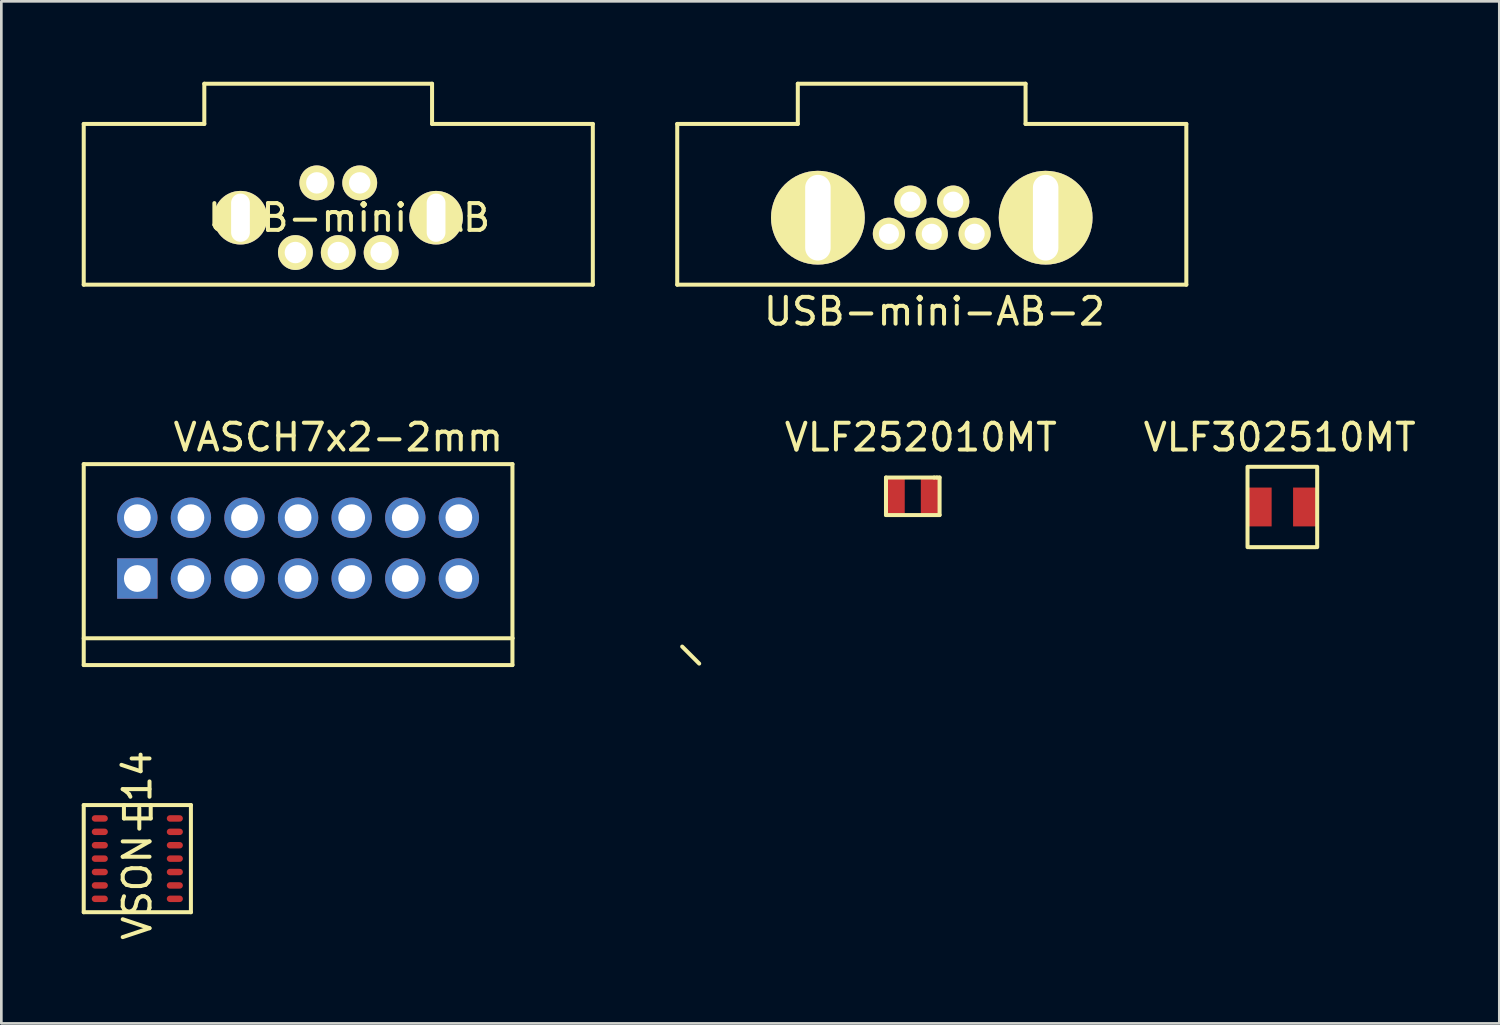
<source format=kicad_pcb>
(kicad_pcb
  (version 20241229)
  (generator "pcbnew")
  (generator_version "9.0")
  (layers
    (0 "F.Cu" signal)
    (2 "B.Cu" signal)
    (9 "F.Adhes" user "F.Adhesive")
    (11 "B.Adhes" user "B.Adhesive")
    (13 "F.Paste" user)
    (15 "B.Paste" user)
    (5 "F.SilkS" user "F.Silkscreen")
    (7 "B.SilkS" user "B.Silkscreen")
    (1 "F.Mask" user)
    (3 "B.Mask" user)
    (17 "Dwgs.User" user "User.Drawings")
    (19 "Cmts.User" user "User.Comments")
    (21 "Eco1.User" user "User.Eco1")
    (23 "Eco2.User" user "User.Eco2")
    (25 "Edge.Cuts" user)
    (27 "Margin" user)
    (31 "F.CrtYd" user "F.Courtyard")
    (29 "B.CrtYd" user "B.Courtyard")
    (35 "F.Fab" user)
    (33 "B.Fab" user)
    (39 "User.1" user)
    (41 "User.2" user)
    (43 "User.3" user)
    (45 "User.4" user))
  (footprint "USB-mini-AB-2"
    (layer "F.Cu")
    (at 31.725 5.075)
    (property "Reference" "USB-mini-AB-2" (at 0.1 3.5 0) (layer "F.SilkS") (effects (font (size 1 1) (thickness 0.15))))
    (attr through_hole)
    (fp_line (start -9.5 -3.5) (end -9.5 2.5) (stroke (width 0.15) (type solid)) (layer "F.SilkS"))
    (fp_line (start -9.5 2.5) (end 9.5 2.5) (stroke (width 0.15) (type solid)) (layer "F.SilkS"))
    (fp_line (start -5 -5) (end -5 -3.5) (stroke (width 0.15) (type solid)) (layer "F.SilkS"))
    (fp_line (start -5 -3.5) (end -9.5 -3.5) (stroke (width 0.15) (type solid)) (layer "F.SilkS"))
    (fp_line (start 3.5 -5) (end -5 -5) (stroke (width 0.15) (type solid)) (layer "F.SilkS"))
    (fp_line (start 3.5 -3.5) (end 3.5 -5) (stroke (width 0.15) (type solid)) (layer "F.SilkS"))
    (fp_line (start 9.5 -3.5) (end 3.5 -3.5) (stroke (width 0.15) (type solid)) (layer "F.SilkS"))
    (fp_line (start 9.5 2.5) (end 9.5 -3.5) (stroke (width 0.15) (type solid)) (layer "F.SilkS"))
    (pad "1" thru_hole circle (at 1.6 0.6) (size 1.2 1.2) (drill 0.75) (layers "*.Cu" "*.Mask" "F.SilkS"))
    (pad "2" thru_hole circle (at 0.8 -0.6) (size 1.2 1.2) (drill 0.75) (layers "*.Cu" "*.Mask" "F.SilkS"))
    (pad "3" thru_hole circle (at 0 0.6) (size 1.2 1.2) (drill 0.75) (layers "*.Cu" "*.Mask" "F.SilkS"))
    (pad "4" thru_hole circle (at -0.8 -0.6) (size 1.2 1.2) (drill 0.75) (layers "*.Cu" "*.Mask" "F.SilkS"))
    (pad "5" thru_hole circle (at -1.6 0.6) (size 1.2 1.2) (drill 0.75) (layers "*.Cu" "*.Mask" "F.SilkS"))
    (pad "6" thru_hole circle (at -4.25 0) (size 3.5 3.5) (drill oval 0.95 3.2) (layers "*.Cu" "*.Mask" "F.SilkS"))
    (pad "6" thru_hole circle (at 4.25 0) (size 3.5 3.5) (drill oval 0.95 3.2) (layers "*.Cu" "*.Mask" "F.SilkS")))
  (footprint "USB-mini-AB"
    (layer "F.Cu")
    (at 9.575 5.075)
    (property "Reference" "USB-mini-AB" (at 0.4 0 0) (layer "F.SilkS") (effects (font (size 1 1) (thickness 0.15))))
    (attr through_hole)
    (fp_line (start -9.5 -3.5) (end -9.5 2.5) (stroke (width 0.15) (type solid)) (layer "F.SilkS"))
    (fp_line (start -9.5 2.5) (end 9.5 2.5) (stroke (width 0.15) (type solid)) (layer "F.SilkS"))
    (fp_line (start -5 -5) (end -5 -3.5) (stroke (width 0.15) (type solid)) (layer "F.SilkS"))
    (fp_line (start -5 -3.5) (end -9.5 -3.5) (stroke (width 0.15) (type solid)) (layer "F.SilkS"))
    (fp_line (start 3.5 -5) (end -5 -5) (stroke (width 0.15) (type solid)) (layer "F.SilkS"))
    (fp_line (start 3.5 -3.5) (end 3.5 -5) (stroke (width 0.15) (type solid)) (layer "F.SilkS"))
    (fp_line (start 9.5 -3.5) (end 3.5 -3.5) (stroke (width 0.15) (type solid)) (layer "F.SilkS"))
    (fp_line (start 9.5 2.5) (end 9.5 -3.5) (stroke (width 0.15) (type solid)) (layer "F.SilkS"))
    (pad "1" thru_hole circle (at 1.6 1.3) (size 1.3 1.3) (drill 0.8) (layers "*.Cu" "*.Mask" "F.SilkS"))
    (pad "2" thru_hole circle (at 0.8 -1.3) (size 1.3 1.3) (drill 0.8) (layers "*.Cu" "*.Mask" "F.SilkS"))
    (pad "3" thru_hole circle (at 0 1.3) (size 1.3 1.3) (drill 0.8) (layers "*.Cu" "*.Mask" "F.SilkS"))
    (pad "4" thru_hole circle (at -0.8 -1.3) (size 1.3 1.3) (drill 0.8) (layers "*.Cu" "*.Mask" "F.SilkS"))
    (pad "5" thru_hole circle (at -1.6 1.3) (size 1.3 1.3) (drill 0.8) (layers "*.Cu" "*.Mask" "F.SilkS"))
    (pad "6" thru_hole circle (at -3.65 0) (size 2 2) (drill oval 0.7 1.8) (layers "*.Cu" "*.Mask" "F.SilkS"))
    (pad "6" thru_hole circle (at 3.65 0) (size 2 2) (drill oval 0.7 1.8) (layers "*.Cu" "*.Mask" "F.SilkS")))
  (footprint "VASCH7x2-2mm"
    (layer "F.Cu")
    (at 9.075 17.271)
    (property "Reference" "VASCH7x2-2mm" (at 0.5 -4 0) (layer "F.SilkS") (effects (font (size 1 1) (thickness 0.15))))
    (attr exclude_from_pos_files exclude_from_bom)
    (fp_line (start -9 -3) (end 7 -3) (stroke (width 0.15) (type solid)) (layer "F.SilkS"))
    (fp_line (start -9 3.5) (end 7 3.5) (stroke (width 0.15) (type solid)) (layer "F.SilkS"))
    (fp_line (start -9 4.5) (end -9 -3) (stroke (width 0.15) (type solid)) (layer "F.SilkS"))
    (fp_line (start 7 -3) (end 7 3.5) (stroke (width 0.15) (type solid)) (layer "F.SilkS"))
    (fp_line (start 7 3.5) (end 7 4.5) (stroke (width 0.15) (type solid)) (layer "F.SilkS"))
    (fp_line (start 7 4.5) (end -9 4.5) (stroke (width 0.15) (type solid)) (layer "F.SilkS"))
    (fp_line (start 13.335 3.81) (end 13.97 4.445) (stroke (width 0.15) (type solid)) (layer "F.SilkS"))
    (pad "1" thru_hole rect (at -7 1.27) (size 1.506 1.506) (drill 0.998) (layers "*.Cu" "*.Mask"))
    (pad "2" thru_hole circle (at -7 -1) (size 1.506 1.506) (drill 0.998) (layers "*.Cu" "*.Mask"))
    (pad "3" thru_hole circle (at -5 1.27) (size 1.506 1.506) (drill 0.998) (layers "*.Cu" "*.Mask"))
    (pad "4" thru_hole circle (at -5 -1) (size 1.506 1.506) (drill 0.998) (layers "*.Cu" "*.Mask"))
    (pad "5" thru_hole circle (at -3 1.27) (size 1.506 1.506) (drill 0.998) (layers "*.Cu" "*.Mask"))
    (pad "6" thru_hole circle (at -3 -1) (size 1.506 1.506) (drill 0.998) (layers "*.Cu" "*.Mask"))
    (pad "7" thru_hole circle (at -1 1.27) (size 1.506 1.506) (drill 0.998) (layers "*.Cu" "*.Mask"))
    (pad "8" thru_hole circle (at -1 -1) (size 1.506 1.506) (drill 0.998) (layers "*.Cu" "*.Mask"))
    (pad "9" thru_hole circle (at 1 1.27) (size 1.506 1.506) (drill 0.998) (layers "*.Cu" "*.Mask"))
    (pad "10" thru_hole circle (at 1 -1) (size 1.506 1.506) (drill 0.998) (layers "*.Cu" "*.Mask"))
    (pad "11" thru_hole circle (at 3 1.27) (size 1.506 1.506) (drill 0.998) (layers "*.Cu" "*.Mask"))
    (pad "12" thru_hole circle (at 3 -1) (size 1.506 1.506) (drill 0.998) (layers "*.Cu" "*.Mask"))
    (pad "13" thru_hole circle (at 5 1.27) (size 1.506 1.506) (drill 0.998) (layers "*.Cu" "*.Mask"))
    (pad "14" thru_hole circle (at 5 -1) (size 1.506 1.506) (drill 0.998) (layers "*.Cu" "*.Mask")))
  (footprint "VLF302510MT"
    (layer "F.Cu")
    (at 44.809 15.871)
    (property "Reference" "VLF302510MT" (at -0.1 -2.6 0) (layer "F.SilkS") (effects (font (size 1 1) (thickness 0.15))))
    (attr through_hole)
    (fp_line (start -1.3 1.5) (end -1.3 -1.5) (stroke (width 0.15) (type solid)) (layer "F.SilkS"))
    (fp_line (start -1.25 -1.5) (end 1.25 -1.5) (stroke (width 0.15) (type solid)) (layer "F.SilkS"))
    (fp_line (start -1.25 1.5) (end 1.25 1.5) (stroke (width 0.15) (type solid)) (layer "F.SilkS"))
    (fp_line (start 1.3 -1.5) (end 1.3 1.5) (stroke (width 0.15) (type solid)) (layer "F.SilkS"))
    (pad "1" smd rect (at -0.85 0) (size 0.9 1.45) (layers "F.Cu" "F.Mask" "F.Paste"))
    (pad "2" smd rect (at 0.85 0) (size 0.9 1.45) (layers "F.Cu" "F.Mask" "F.Paste")))
  (footprint "VLF252010MT"
    (layer "F.Cu")
    (at 31.016 15.472)
    (property "Reference" "VLF252010MT" (at 0.3 -2.2 0) (layer "F.SilkS") (effects (font (size 1 1) (thickness 0.15))))
    (attr through_hole)
    (fp_line (start -1 -0.7) (end 0.8 -0.7) (stroke (width 0.15) (type solid)) (layer "F.SilkS"))
    (fp_line (start -1 0.7) (end -1 -0.7) (stroke (width 0.15) (type solid)) (layer "F.SilkS"))
    (fp_line (start 0.8 -0.7) (end 0.9 -0.7) (stroke (width 0.15) (type solid)) (layer "F.SilkS"))
    (fp_line (start 0.9 -0.7) (end 1 -0.7) (stroke (width 0.15) (type solid)) (layer "F.SilkS"))
    (fp_line (start 1 -0.7) (end 1 0.7) (stroke (width 0.15) (type solid)) (layer "F.SilkS"))
    (fp_line (start 1 0.7) (end -1 0.7) (stroke (width 0.15) (type solid)) (layer "F.SilkS"))
    (pad "1" smd rect (at -0.675 0) (size 0.75 1.3) (layers "F.Cu" "F.Mask" "F.Paste"))
    (pad "1" smd rect (at 0.675 0) (size 0.75 1.3) (layers "F.Cu" "F.Mask" "F.Paste")))
  (footprint "VSON-14"
    (layer "F.Cu")
    (at 2.075 27.495)
    (property "Reference" "VSON-14" (at 0 1 90) (layer "F.SilkS") (effects (font (size 1 1) (thickness 0.15))))
    (attr through_hole)
    (fp_line (start -2 -0.5) (end 2 -0.5) (stroke (width 0.15) (type solid)) (layer "F.SilkS"))
    (fp_line (start -2 3.5) (end -2 -0.5) (stroke (width 0.15) (type solid)) (layer "F.SilkS"))
    (fp_line (start -0.5 -0.5) (end -0.5 0) (stroke (width 0.15) (type solid)) (layer "F.SilkS"))
    (fp_line (start -0.5 0) (end 0.5 0) (stroke (width 0.15) (type solid)) (layer "F.SilkS"))
    (fp_line (start 0.5 0) (end 0.5 -0.5) (stroke (width 0.15) (type solid)) (layer "F.SilkS"))
    (fp_line (start 2 -0.5) (end 2 3.5) (stroke (width 0.15) (type solid)) (layer "F.SilkS"))
    (fp_line (start 2 3.5) (end -2 3.5) (stroke (width 0.15) (type solid)) (layer "F.SilkS"))
    (pad "1" smd oval (at -1.4 0) (size 0.6 0.24) (layers "F.Cu" "F.Mask" "F.Paste"))
    (pad "2" smd oval (at -1.4 0.5) (size 0.6 0.24) (layers "F.Cu" "F.Mask" "F.Paste"))
    (pad "3" smd oval (at -1.4 1) (size 0.6 0.24) (layers "F.Cu" "F.Mask" "F.Paste"))
    (pad "4" smd oval (at -1.4 1.5) (size 0.6 0.24) (layers "F.Cu" "F.Mask" "F.Paste"))
    (pad "5" smd oval (at -1.4 2) (size 0.6 0.24) (layers "F.Cu" "F.Mask" "F.Paste"))
    (pad "6" smd oval (at -1.4 2.5) (size 0.6 0.24) (layers "F.Cu" "F.Mask" "F.Paste"))
    (pad "7" smd oval (at -1.4 3) (size 0.6 0.24) (layers "F.Cu" "F.Mask" "F.Paste"))
    (pad "8" smd oval (at 1.4 3) (size 0.6 0.24) (layers "F.Cu" "F.Mask" "F.Paste"))
    (pad "9" smd oval (at 1.4 2.5) (size 0.6 0.24) (layers "F.Cu" "F.Mask" "F.Paste"))
    (pad "10" smd oval (at 1.4 2) (size 0.6 0.24) (layers "F.Cu" "F.Mask" "F.Paste"))
    (pad "11" smd oval (at 1.4 1.5) (size 0.6 0.24) (layers "F.Cu" "F.Mask" "F.Paste"))
    (pad "12" smd oval (at 1.4 1) (size 0.6 0.24) (layers "F.Cu" "F.Mask" "F.Paste"))
    (pad "13" smd oval (at 1.4 0.5) (size 0.6 0.24) (layers "F.Cu" "F.Mask" "F.Paste"))
    (pad "14" smd oval (at 1.4 0) (size 0.6 0.24) (layers "F.Cu" "F.Mask" "F.Paste")))
  (gr_rect
    (start -3 -3)
    (end 52.906 35.144)
    (stroke (width 0.1) (type default))
    (fill no)
    (layer "Edge.Cuts")))
</source>
